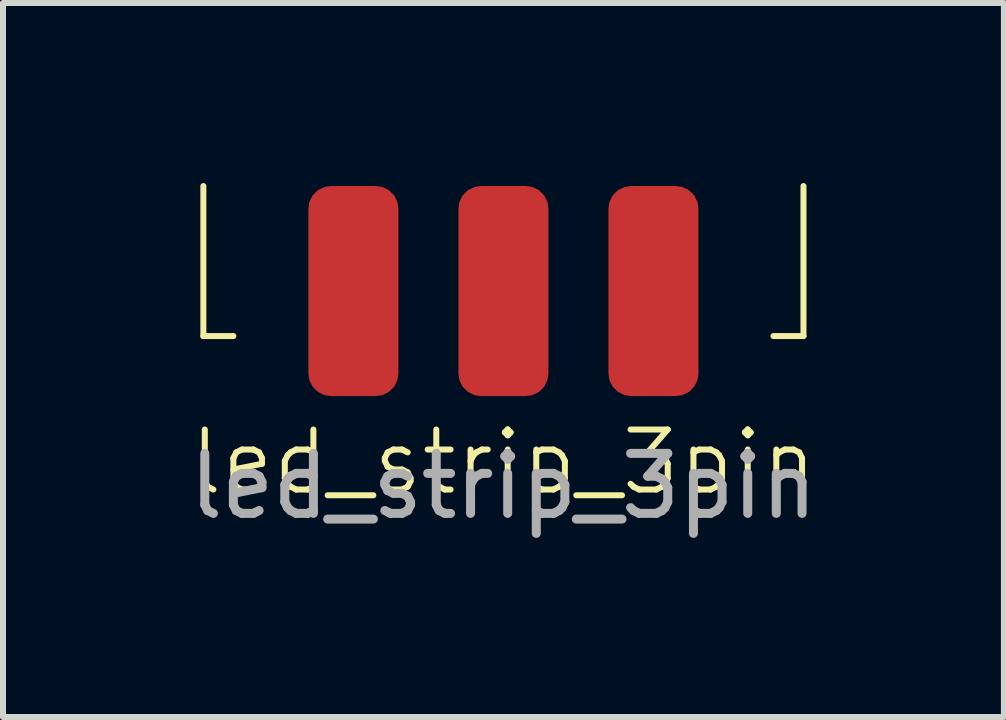
<source format=kicad_pcb>
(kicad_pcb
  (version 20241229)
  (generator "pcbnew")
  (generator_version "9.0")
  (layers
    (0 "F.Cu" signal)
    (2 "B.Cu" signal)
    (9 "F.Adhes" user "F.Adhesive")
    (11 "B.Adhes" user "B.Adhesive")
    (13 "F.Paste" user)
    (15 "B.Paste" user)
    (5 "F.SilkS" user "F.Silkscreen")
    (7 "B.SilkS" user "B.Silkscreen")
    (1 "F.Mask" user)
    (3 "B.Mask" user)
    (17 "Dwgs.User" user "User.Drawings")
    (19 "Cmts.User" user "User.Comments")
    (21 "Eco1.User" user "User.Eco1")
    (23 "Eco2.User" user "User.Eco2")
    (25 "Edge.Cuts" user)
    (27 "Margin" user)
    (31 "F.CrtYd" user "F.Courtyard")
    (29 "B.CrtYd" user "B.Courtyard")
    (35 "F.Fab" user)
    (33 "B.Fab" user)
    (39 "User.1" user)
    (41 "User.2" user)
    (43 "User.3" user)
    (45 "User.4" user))
  (footprint "led_strip_3pin"
    (layer "F.Cu")
    (at 5.339 2.55)
    (property "Reference" "led_strip_3pin" (at 0 2.1 0) (unlocked yes) (layer "F.SilkS") (effects (font (size 1 1) (thickness 0.1))))
    (attr smd)
    (fp_line (start -5 -2.5) (end -5 0) (stroke (width 0.1) (type default)) (layer "F.SilkS"))
    (fp_line (start -5 0) (end -4.5 0) (stroke (width 0.1) (type default)) (layer "F.SilkS"))
    (fp_line (start 5 -2.5) (end 5 0) (stroke (width 0.1) (type default)) (layer "F.SilkS"))
    (fp_line (start 5 0) (end 4.5 0) (stroke (width 0.1) (type default)) (layer "F.SilkS"))
    (fp_text user "${REFERENCE}" (at 0 2.5 0) (unlocked yes) (layer "F.Fab") (effects (font (size 1 1) (thickness 0.15))))
    (pad "1" smd roundrect (at -2.5 -0.75) (size 1.5 3.5) (layers "F.Cu" "F.Mask") (roundrect_rratio 0.25))
    (pad "2" smd roundrect (at 0 -0.75) (size 1.5 3.5) (layers "F.Cu" "F.Mask") (roundrect_rratio 0.25))
    (pad "3" smd roundrect (at 2.5 -0.75) (size 1.5 3.5) (layers "F.Cu" "F.Mask") (roundrect_rratio 0.25)))
  (gr_rect
    (start -3 -3)
    (end 13.679 8.898)
    (stroke (width 0.1) (type default))
    (fill no)
    (layer "Edge.Cuts")))
</source>
